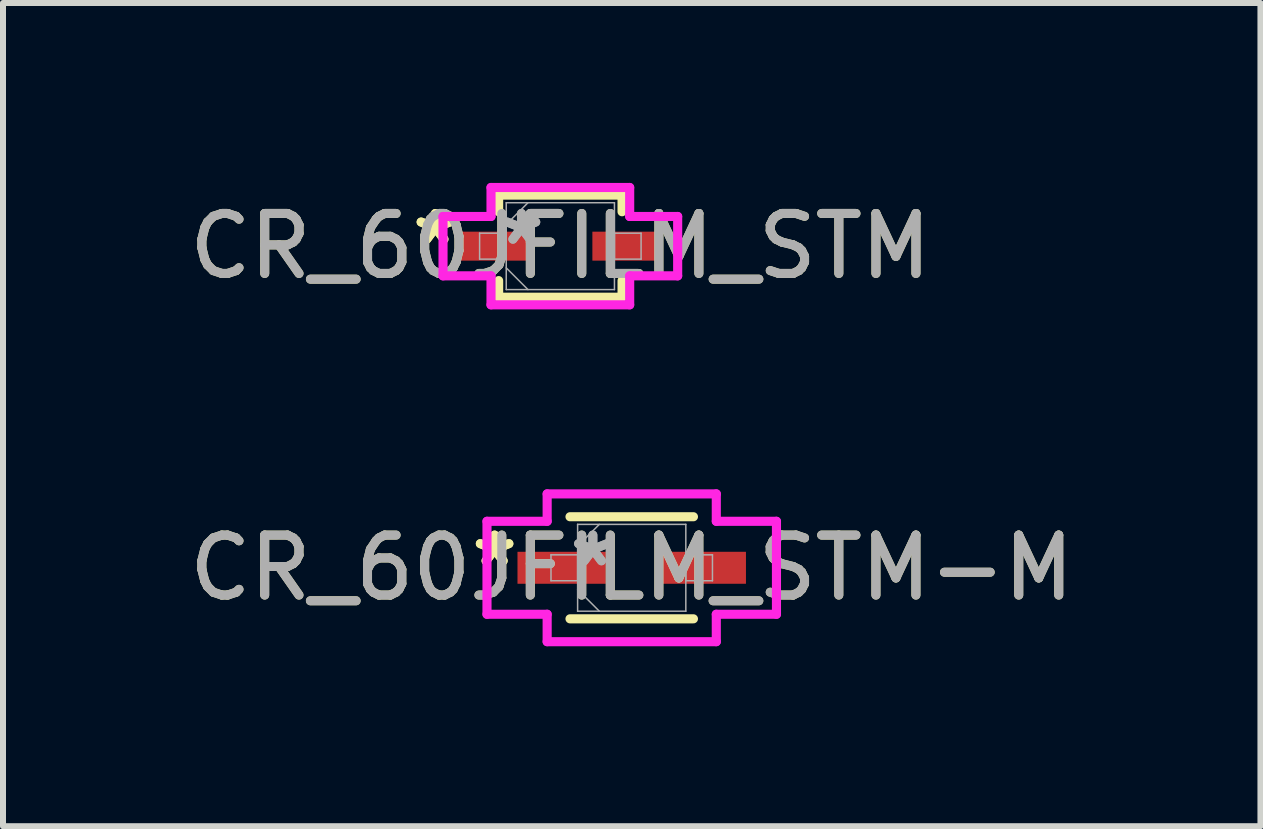
<source format=kicad_pcb>
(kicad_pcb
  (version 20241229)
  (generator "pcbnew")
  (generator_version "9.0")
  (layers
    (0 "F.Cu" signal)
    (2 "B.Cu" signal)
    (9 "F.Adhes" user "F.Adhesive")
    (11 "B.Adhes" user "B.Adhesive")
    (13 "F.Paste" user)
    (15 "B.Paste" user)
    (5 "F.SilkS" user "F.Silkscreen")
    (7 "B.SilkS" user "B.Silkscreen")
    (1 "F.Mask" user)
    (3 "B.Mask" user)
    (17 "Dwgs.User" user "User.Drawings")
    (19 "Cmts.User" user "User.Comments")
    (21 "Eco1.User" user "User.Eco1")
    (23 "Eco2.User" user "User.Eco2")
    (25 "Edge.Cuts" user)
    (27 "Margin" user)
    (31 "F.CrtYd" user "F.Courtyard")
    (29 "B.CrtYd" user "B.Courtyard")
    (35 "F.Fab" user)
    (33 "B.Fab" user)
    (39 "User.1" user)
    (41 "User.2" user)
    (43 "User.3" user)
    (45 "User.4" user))
  (footprint "CR_60JFILM_STM-M"
    (layer "F.Cu")
    (at 7.482 6.416)
    (property "Reference" "CR_60JFILM_STM-M" (at 0 0 0) (unlocked yes) (layer "F.SilkS") (effects (font (size 1 1) (thickness 0.15))))
    (attr smd)
    (fp_line (start -1.029 0.851) (end 1.029 0.851) (stroke (width 0.152) (type solid)) (layer "F.SilkS"))
    (fp_line (start 1.029 -0.851) (end -1.029 -0.851) (stroke (width 0.152) (type solid)) (layer "F.SilkS"))
    (fp_line (start -2.413 -0.775) (end -1.41 -0.775) (stroke (width 0.152) (type solid)) (layer "F.CrtYd"))
    (fp_line (start -2.413 0.775) (end -2.413 -0.775) (stroke (width 0.152) (type solid)) (layer "F.CrtYd"))
    (fp_line (start -1.41 -1.232) (end 1.41 -1.232) (stroke (width 0.152) (type solid)) (layer "F.CrtYd"))
    (fp_line (start -1.41 -0.775) (end -1.41 -1.232) (stroke (width 0.152) (type solid)) (layer "F.CrtYd"))
    (fp_line (start -1.41 0.775) (end -2.413 0.775) (stroke (width 0.152) (type solid)) (layer "F.CrtYd"))
    (fp_line (start -1.41 1.232) (end -1.41 0.775) (stroke (width 0.152) (type solid)) (layer "F.CrtYd"))
    (fp_line (start 1.41 -1.232) (end 1.41 -0.775) (stroke (width 0.152) (type solid)) (layer "F.CrtYd"))
    (fp_line (start 1.41 -0.775) (end 2.413 -0.775) (stroke (width 0.152) (type solid)) (layer "F.CrtYd"))
    (fp_line (start 1.41 0.775) (end 1.41 1.232) (stroke (width 0.152) (type solid)) (layer "F.CrtYd"))
    (fp_line (start 1.41 1.232) (end -1.41 1.232) (stroke (width 0.152) (type solid)) (layer "F.CrtYd"))
    (fp_line (start 2.413 -0.775) (end 2.413 0.775) (stroke (width 0.152) (type solid)) (layer "F.CrtYd"))
    (fp_line (start 2.413 0.775) (end 1.41 0.775) (stroke (width 0.152) (type solid)) (layer "F.CrtYd"))
    (fp_line (start -1.346 -0.216) (end -1.346 0.216) (stroke (width 0.025) (type solid)) (layer "F.Fab"))
    (fp_line (start -1.346 0.216) (end -0.902 0.216) (stroke (width 0.025) (type solid)) (layer "F.Fab"))
    (fp_line (start -0.902 -0.724) (end -0.902 0.724) (stroke (width 0.025) (type solid)) (layer "F.Fab"))
    (fp_line (start -0.902 -0.362) (end -0.54 -0.724) (stroke (width 0.025) (type solid)) (layer "F.Fab"))
    (fp_line (start -0.902 -0.216) (end -1.346 -0.216) (stroke (width 0.025) (type solid)) (layer "F.Fab"))
    (fp_line (start -0.902 0.216) (end -0.902 -0.216) (stroke (width 0.025) (type solid)) (layer "F.Fab"))
    (fp_line (start -0.902 0.362) (end -0.54 0.724) (stroke (width 0.025) (type solid)) (layer "F.Fab"))
    (fp_line (start -0.902 0.724) (end 0.902 0.724) (stroke (width 0.025) (type solid)) (layer "F.Fab"))
    (fp_line (start 0.902 -0.724) (end -0.902 -0.724) (stroke (width 0.025) (type solid)) (layer "F.Fab"))
    (fp_line (start 0.902 -0.216) (end 0.902 0.216) (stroke (width 0.025) (type solid)) (layer "F.Fab"))
    (fp_line (start 0.902 0.216) (end 1.346 0.216) (stroke (width 0.025) (type solid)) (layer "F.Fab"))
    (fp_line (start 0.902 0.724) (end 0.902 -0.724) (stroke (width 0.025) (type solid)) (layer "F.Fab"))
    (fp_line (start 1.346 -0.216) (end 0.902 -0.216) (stroke (width 0.025) (type solid)) (layer "F.Fab"))
    (fp_line (start 1.346 0.216) (end 1.346 -0.216) (stroke (width 0.025) (type solid)) (layer "F.Fab"))
    (fp_text user "*" (at -2.286 0 0) (layer "F.SilkS") (effects (font (size 1 1) (thickness 0.15))))
    (fp_text user "*" (at -2.286 0 0) (unlocked yes) (layer "F.SilkS") (effects (font (size 1 1) (thickness 0.15))))
    (fp_text user "${REFERENCE}" (at 0 0 0) (unlocked yes) (layer "F.Fab") (effects (font (size 1 1) (thickness 0.15))))
    (fp_text user "*" (at -0.648 0 0) (unlocked yes) (layer "F.Fab") (effects (font (size 1 1) (thickness 0.15))))
    (fp_text user "*" (at -0.648 0 0) (layer "F.Fab") (effects (font (size 1 1) (thickness 0.15))))
    (pad "1" smd rect (at -1.168 0) (size 1.473 0.533) (layers "F.Cu" "F.Mask" "F.Paste"))
    (pad "2" smd rect (at 1.168 0) (size 1.473 0.533) (layers "F.Cu" "F.Mask" "F.Paste")))
  (footprint "CR_60JFILM_STM"
    (layer "F.Cu")
    (at 6.292 1.054)
    (property "Reference" "CR_60JFILM_STM" (at 0 0 0) (unlocked yes) (layer "F.SilkS") (effects (font (size 1 1) (thickness 0.15))))
    (attr smd)
    (fp_line (start -1.029 -0.851) (end -1.029 -0.574) (stroke (width 0.152) (type solid)) (layer "F.SilkS"))
    (fp_line (start -1.029 0.574) (end -1.029 0.851) (stroke (width 0.152) (type solid)) (layer "F.SilkS"))
    (fp_line (start -1.029 0.851) (end 1.029 0.851) (stroke (width 0.152) (type solid)) (layer "F.SilkS"))
    (fp_line (start 1.029 -0.851) (end -1.029 -0.851) (stroke (width 0.152) (type solid)) (layer "F.SilkS"))
    (fp_line (start 1.029 -0.574) (end 1.029 -0.851) (stroke (width 0.152) (type solid)) (layer "F.SilkS"))
    (fp_line (start 1.029 0.851) (end 1.029 0.574) (stroke (width 0.152) (type solid)) (layer "F.SilkS"))
    (fp_line (start -1.956 -0.495) (end -1.156 -0.495) (stroke (width 0.152) (type solid)) (layer "F.CrtYd"))
    (fp_line (start -1.956 0.495) (end -1.956 -0.495) (stroke (width 0.152) (type solid)) (layer "F.CrtYd"))
    (fp_line (start -1.156 -0.978) (end 1.156 -0.978) (stroke (width 0.152) (type solid)) (layer "F.CrtYd"))
    (fp_line (start -1.156 -0.495) (end -1.156 -0.978) (stroke (width 0.152) (type solid)) (layer "F.CrtYd"))
    (fp_line (start -1.156 0.495) (end -1.956 0.495) (stroke (width 0.152) (type solid)) (layer "F.CrtYd"))
    (fp_line (start -1.156 0.978) (end -1.156 0.495) (stroke (width 0.152) (type solid)) (layer "F.CrtYd"))
    (fp_line (start 1.156 -0.978) (end 1.156 -0.495) (stroke (width 0.152) (type solid)) (layer "F.CrtYd"))
    (fp_line (start 1.156 -0.495) (end 1.956 -0.495) (stroke (width 0.152) (type solid)) (layer "F.CrtYd"))
    (fp_line (start 1.156 0.495) (end 1.156 0.978) (stroke (width 0.152) (type solid)) (layer "F.CrtYd"))
    (fp_line (start 1.156 0.978) (end -1.156 0.978) (stroke (width 0.152) (type solid)) (layer "F.CrtYd"))
    (fp_line (start 1.956 -0.495) (end 1.956 0.495) (stroke (width 0.152) (type solid)) (layer "F.CrtYd"))
    (fp_line (start 1.956 0.495) (end 1.156 0.495) (stroke (width 0.152) (type solid)) (layer "F.CrtYd"))
    (fp_line (start -1.346 -0.216) (end -1.346 0.216) (stroke (width 0.025) (type solid)) (layer "F.Fab"))
    (fp_line (start -1.346 0.216) (end -0.902 0.216) (stroke (width 0.025) (type solid)) (layer "F.Fab"))
    (fp_line (start -0.902 -0.724) (end -0.902 0.724) (stroke (width 0.025) (type solid)) (layer "F.Fab"))
    (fp_line (start -0.902 -0.362) (end -0.54 -0.724) (stroke (width 0.025) (type solid)) (layer "F.Fab"))
    (fp_line (start -0.902 -0.216) (end -1.346 -0.216) (stroke (width 0.025) (type solid)) (layer "F.Fab"))
    (fp_line (start -0.902 0.216) (end -0.902 -0.216) (stroke (width 0.025) (type solid)) (layer "F.Fab"))
    (fp_line (start -0.902 0.362) (end -0.54 0.724) (stroke (width 0.025) (type solid)) (layer "F.Fab"))
    (fp_line (start -0.902 0.724) (end 0.902 0.724) (stroke (width 0.025) (type solid)) (layer "F.Fab"))
    (fp_line (start 0.902 -0.724) (end -0.902 -0.724) (stroke (width 0.025) (type solid)) (layer "F.Fab"))
    (fp_line (start 0.902 -0.216) (end 0.902 0.216) (stroke (width 0.025) (type solid)) (layer "F.Fab"))
    (fp_line (start 0.902 0.216) (end 1.346 0.216) (stroke (width 0.025) (type solid)) (layer "F.Fab"))
    (fp_line (start 0.902 0.724) (end 0.902 -0.724) (stroke (width 0.025) (type solid)) (layer "F.Fab"))
    (fp_line (start 1.346 -0.216) (end 0.902 -0.216) (stroke (width 0.025) (type solid)) (layer "F.Fab"))
    (fp_line (start 1.346 0.216) (end 1.346 -0.216) (stroke (width 0.025) (type solid)) (layer "F.Fab"))
    (fp_text user "*" (at -2.083 0 0) (layer "F.SilkS") (effects (font (size 1 1) (thickness 0.15))))
    (fp_text user "*" (at -2.083 0 0) (unlocked yes) (layer "F.SilkS") (effects (font (size 1 1) (thickness 0.15))))
    (fp_text user "*" (at -0.648 0 0) (layer "F.Fab") (effects (font (size 1 1) (thickness 0.15))))
    (fp_text user "${REFERENCE}" (at 0 0 0) (unlocked yes) (layer "F.Fab") (effects (font (size 1 1) (thickness 0.15))))
    (fp_text user "*" (at -0.648 0 0) (unlocked yes) (layer "F.Fab") (effects (font (size 1 1) (thickness 0.15))))
    (pad "1" smd rect (at -1.118 0) (size 1.168 0.483) (layers "F.Cu" "F.Mask" "F.Paste"))
    (pad "2" smd rect (at 1.118 0) (size 1.168 0.483) (layers "F.Cu" "F.Mask" "F.Paste")))
  (gr_rect
    (start -3 -3)
    (end 17.964 10.724)
    (stroke (width 0.1) (type default))
    (fill no)
    (layer "Edge.Cuts")))
</source>
